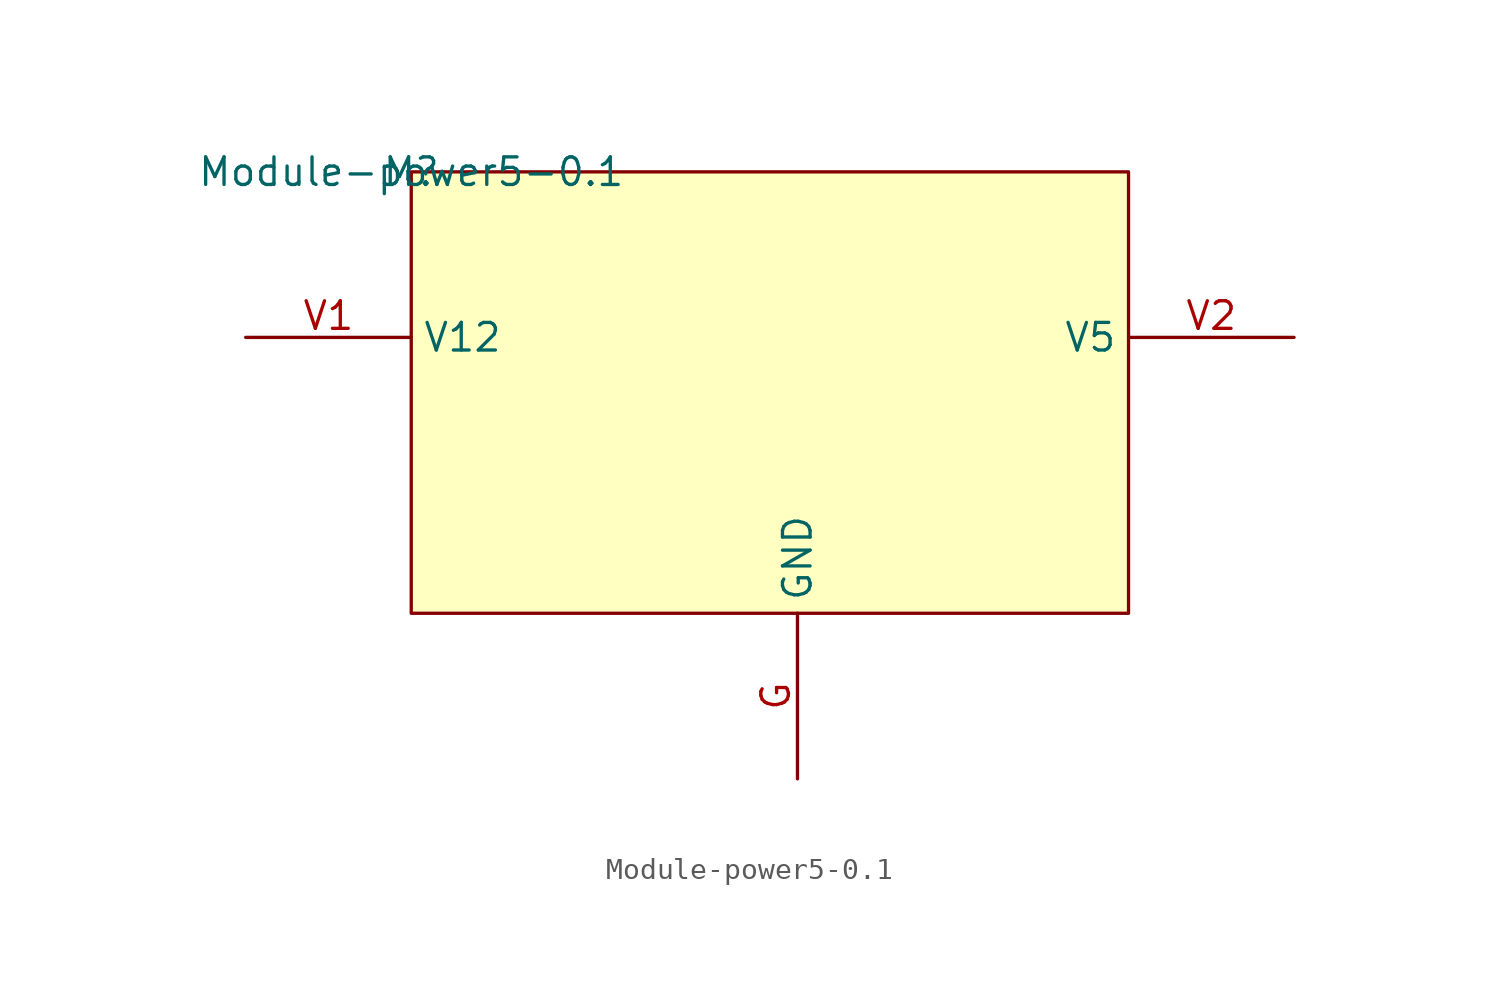
<source format=kicad_sym>
(kicad_symbol_lib
  (version 20201005)
  (generator kicad_symbol_editor)
  (symbol "power5:Module-power5-0.1"
    (property "Reference" "M"
      (at 0 0 0)
      (effects (font (size 1.27 1.27))))
    (property "Value" "Module-power5-0.1"
      (at 0 0 0)
      (effects (font (size 1.27 1.27))))
    (symbol "Module-power5-0.1_1_0"
      (rectangle (start 33.02 0) (end 0 -20.32) (stroke (width 0)) (fill (type background)))
      (pin passive line (at 17.78 -27.94 90) (length 7.62) (name "GND" (effects (font (size 1.27 1.27)))) (number "G" (effects (font (size 1.27 1.27)))))
      (pin passive line (at -7.62 -7.62 0) (length 7.62) (name "V12" (effects (font (size 1.27 1.27)))) (number "V1" (effects (font (size 1.27 1.27)))))
      (pin passive line (at 40.64 -7.62 180) (length 7.62) (name "V5" (effects (font (size 1.27 1.27)))) (number "V2" (effects (font (size 1.27 1.27))))))))
</source>
